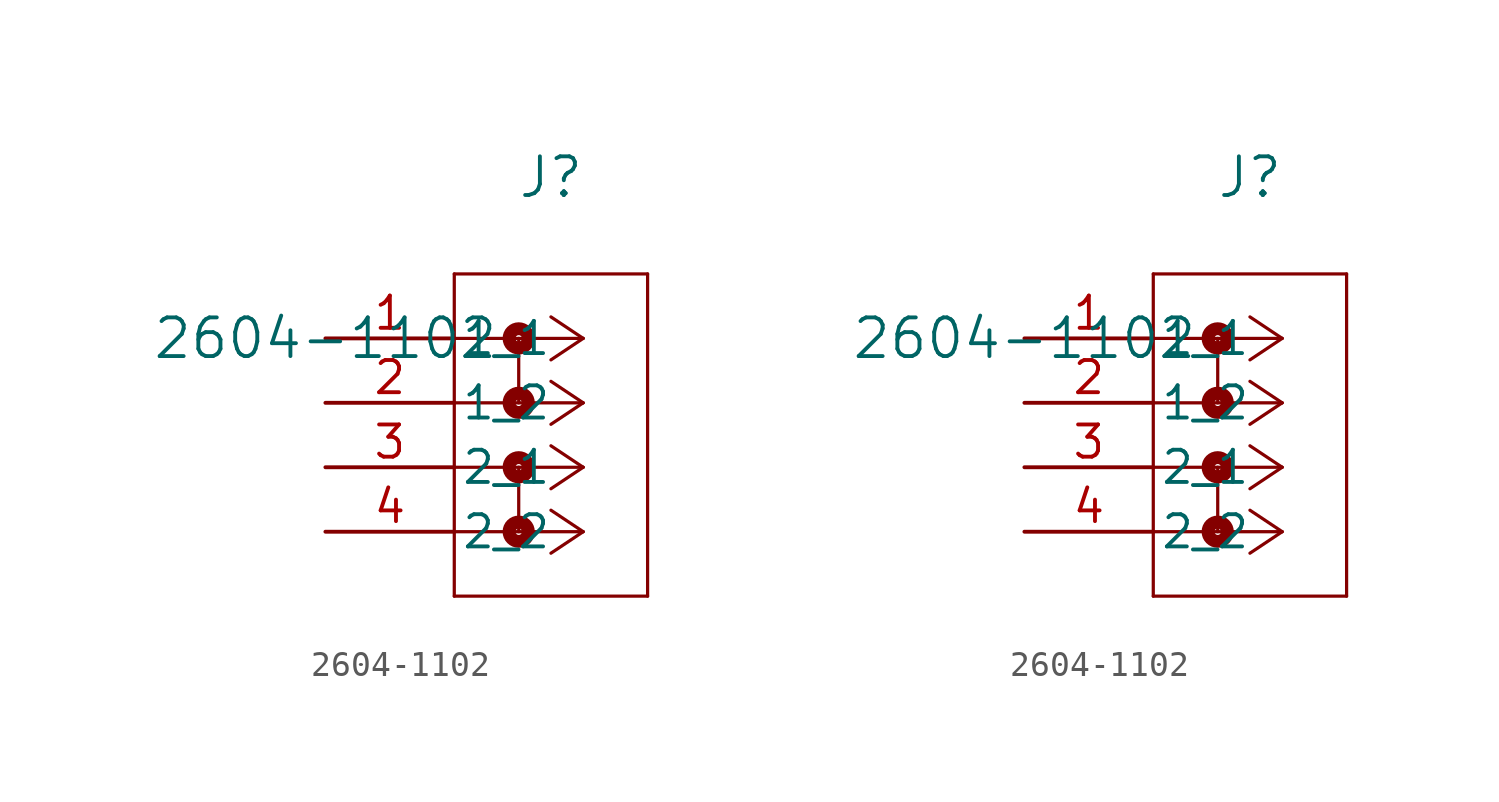
<source format=kicad_sym>
(kicad_symbol_lib
  (version 20211014)
  (generator kicad_symbol_editor)
  (symbol "2604-1102"
    (pin_names
      (offset 0.254))
    (property "Reference" "J"
      (at 8.89 6.35 0)
      (effects (font (size 1.524 1.524))))
    (property "Value" "2604-1102"
      (at 0 0 0)
      (effects (font (size 1.524 1.524))))
    (symbol "2604-1102_1_1"
      (polyline (pts (xy 10.16 0) (xy 5.08 0)) (stroke (width 0.127) (type default) (color 0 0 0 0)) (fill (type none)))
      (polyline (pts (xy 10.16 -2.54) (xy 5.08 -2.54)) (stroke (width 0.127) (type default) (color 0 0 0 0)) (fill (type none)))
      (polyline (pts (xy 10.16 -5.08) (xy 5.08 -5.08)) (stroke (width 0.127) (type default) (color 0 0 0 0)) (fill (type none)))
      (polyline (pts (xy 10.16 -7.62) (xy 5.08 -7.62)) (stroke (width 0.127) (type default) (color 0 0 0 0)) (fill (type none)))
      (polyline (pts (xy 10.16 0) (xy 8.89 0.847)) (stroke (width 0.127) (type default) (color 0 0 0 0)) (fill (type none)))
      (polyline (pts (xy 10.16 -2.54) (xy 8.89 -1.693)) (stroke (width 0.127) (type default) (color 0 0 0 0)) (fill (type none)))
      (polyline (pts (xy 10.16 -5.08) (xy 8.89 -4.233)) (stroke (width 0.127) (type default) (color 0 0 0 0)) (fill (type none)))
      (polyline (pts (xy 10.16 -7.62) (xy 8.89 -6.773)) (stroke (width 0.127) (type default) (color 0 0 0 0)) (fill (type none)))
      (polyline (pts (xy 10.16 0) (xy 8.89 -0.847)) (stroke (width 0.127) (type default) (color 0 0 0 0)) (fill (type none)))
      (polyline (pts (xy 10.16 -2.54) (xy 8.89 -3.387)) (stroke (width 0.127) (type default) (color 0 0 0 0)) (fill (type none)))
      (polyline (pts (xy 10.16 -5.08) (xy 8.89 -5.927)) (stroke (width 0.127) (type default) (color 0 0 0 0)) (fill (type none)))
      (polyline (pts (xy 10.16 -7.62) (xy 8.89 -8.467)) (stroke (width 0.127) (type default) (color 0 0 0 0)) (fill (type none)))
      (polyline (pts (xy 5.08 2.54) (xy 5.08 -10.16)) (stroke (width 0.127) (type default) (color 0 0 0 0)) (fill (type none)))
      (polyline (pts (xy 5.08 -10.16) (xy 12.7 -10.16)) (stroke (width 0.127) (type default) (color 0 0 0 0)) (fill (type none)))
      (polyline (pts (xy 12.7 -10.16) (xy 12.7 2.54)) (stroke (width 0.127) (type default) (color 0 0 0 0)) (fill (type none)))
      (polyline (pts (xy 12.7 2.54) (xy 5.08 2.54)) (stroke (width 0.127) (type default) (color 0 0 0 0)) (fill (type none)))
      (circle (center 7.62 0) (radius 0.127) (stroke (width 0.508) (type default) (color 0 0 0 0)) (fill (type none)))
      (polyline (pts (xy 7.62 0) (xy 7.62 -2.54)) (stroke (width 0.127) (type default) (color 0 0 0 0)) (fill (type none)))
      (circle (center 7.62 -2.54) (radius 0.127) (stroke (width 0.508) (type default) (color 0 0 0 0)) (fill (type none)))
      (circle (center 7.62 -5.08) (radius 0.127) (stroke (width 0.508) (type default) (color 0 0 0 0)) (fill (type none)))
      (polyline (pts (xy 7.62 -5.08) (xy 7.62 -7.62)) (stroke (width 0.127) (type default) (color 0 0 0 0)) (fill (type none)))
      (circle (center 7.62 -7.62) (radius 0.127) (stroke (width 0.508) (type default) (color 0 0 0 0)) (fill (type none)))
      (pin unspecified line (at 0 0 0) (length 5.08) (name "1_1" (effects (font (size 1.27 1.27)))) (number "1" (effects (font (size 1.27 1.27)))))
      (pin unspecified line (at 0 -2.54 0) (length 5.08) (name "1_2" (effects (font (size 1.27 1.27)))) (number "2" (effects (font (size 1.27 1.27)))))
      (pin unspecified line (at 0 -5.08 0) (length 5.08) (name "2_1" (effects (font (size 1.27 1.27)))) (number "3" (effects (font (size 1.27 1.27)))))
      (pin unspecified line (at 0 -7.62 0) (length 5.08) (name "2_2" (effects (font (size 1.27 1.27)))) (number "4" (effects (font (size 1.27 1.27))))))
    (symbol "2604-1102_1_2"
      (polyline (pts (xy 10.16 0) (xy 5.08 0)) (stroke (width 0.127) (type default) (color 0 0 0 0)) (fill (type none)))
      (polyline (pts (xy 10.16 -2.54) (xy 5.08 -2.54)) (stroke (width 0.127) (type default) (color 0 0 0 0)) (fill (type none)))
      (polyline (pts (xy 10.16 -5.08) (xy 5.08 -5.08)) (stroke (width 0.127) (type default) (color 0 0 0 0)) (fill (type none)))
      (polyline (pts (xy 10.16 -7.62) (xy 5.08 -7.62)) (stroke (width 0.127) (type default) (color 0 0 0 0)) (fill (type none)))
      (polyline (pts (xy 10.16 0) (xy 8.89 0.847)) (stroke (width 0.127) (type default) (color 0 0 0 0)) (fill (type none)))
      (polyline (pts (xy 10.16 -2.54) (xy 8.89 -1.693)) (stroke (width 0.127) (type default) (color 0 0 0 0)) (fill (type none)))
      (polyline (pts (xy 10.16 -5.08) (xy 8.89 -4.233)) (stroke (width 0.127) (type default) (color 0 0 0 0)) (fill (type none)))
      (polyline (pts (xy 10.16 -7.62) (xy 8.89 -6.773)) (stroke (width 0.127) (type default) (color 0 0 0 0)) (fill (type none)))
      (polyline (pts (xy 10.16 0) (xy 8.89 -0.847)) (stroke (width 0.127) (type default) (color 0 0 0 0)) (fill (type none)))
      (polyline (pts (xy 10.16 -2.54) (xy 8.89 -3.387)) (stroke (width 0.127) (type default) (color 0 0 0 0)) (fill (type none)))
      (polyline (pts (xy 10.16 -5.08) (xy 8.89 -5.927)) (stroke (width 0.127) (type default) (color 0 0 0 0)) (fill (type none)))
      (polyline (pts (xy 10.16 -7.62) (xy 8.89 -8.467)) (stroke (width 0.127) (type default) (color 0 0 0 0)) (fill (type none)))
      (polyline (pts (xy 5.08 2.54) (xy 5.08 -10.16)) (stroke (width 0.127) (type default) (color 0 0 0 0)) (fill (type none)))
      (polyline (pts (xy 5.08 -10.16) (xy 12.7 -10.16)) (stroke (width 0.127) (type default) (color 0 0 0 0)) (fill (type none)))
      (polyline (pts (xy 12.7 -10.16) (xy 12.7 2.54)) (stroke (width 0.127) (type default) (color 0 0 0 0)) (fill (type none)))
      (polyline (pts (xy 12.7 2.54) (xy 5.08 2.54)) (stroke (width 0.127) (type default) (color 0 0 0 0)) (fill (type none)))
      (circle (center 7.62 0) (radius 0.127) (stroke (width 0.508) (type default) (color 0 0 0 0)) (fill (type none)))
      (polyline (pts (xy 7.62 0) (xy 7.62 -2.54)) (stroke (width 0.127) (type default) (color 0 0 0 0)) (fill (type none)))
      (circle (center 7.62 -2.54) (radius 0.127) (stroke (width 0.508) (type default) (color 0 0 0 0)) (fill (type none)))
      (circle (center 7.62 -5.08) (radius 0.127) (stroke (width 0.508) (type default) (color 0 0 0 0)) (fill (type none)))
      (polyline (pts (xy 7.62 -5.08) (xy 7.62 -7.62)) (stroke (width 0.127) (type default) (color 0 0 0 0)) (fill (type none)))
      (circle (center 7.62 -7.62) (radius 0.127) (stroke (width 0.508) (type default) (color 0 0 0 0)) (fill (type none)))
      (pin unspecified line (at 0 0 0) (length 5.08) (name "1_1" (effects (font (size 1.27 1.27)))) (number "1" (effects (font (size 1.27 1.27)))))
      (pin unspecified line (at 0 -2.54 0) (length 5.08) (name "1_2" (effects (font (size 1.27 1.27)))) (number "2" (effects (font (size 1.27 1.27)))))
      (pin unspecified line (at 0 -5.08 0) (length 5.08) (name "2_1" (effects (font (size 1.27 1.27)))) (number "3" (effects (font (size 1.27 1.27)))))
      (pin unspecified line (at 0 -7.62 0) (length 5.08) (name "2_2" (effects (font (size 1.27 1.27)))) (number "4" (effects (font (size 1.27 1.27))))))))
</source>
